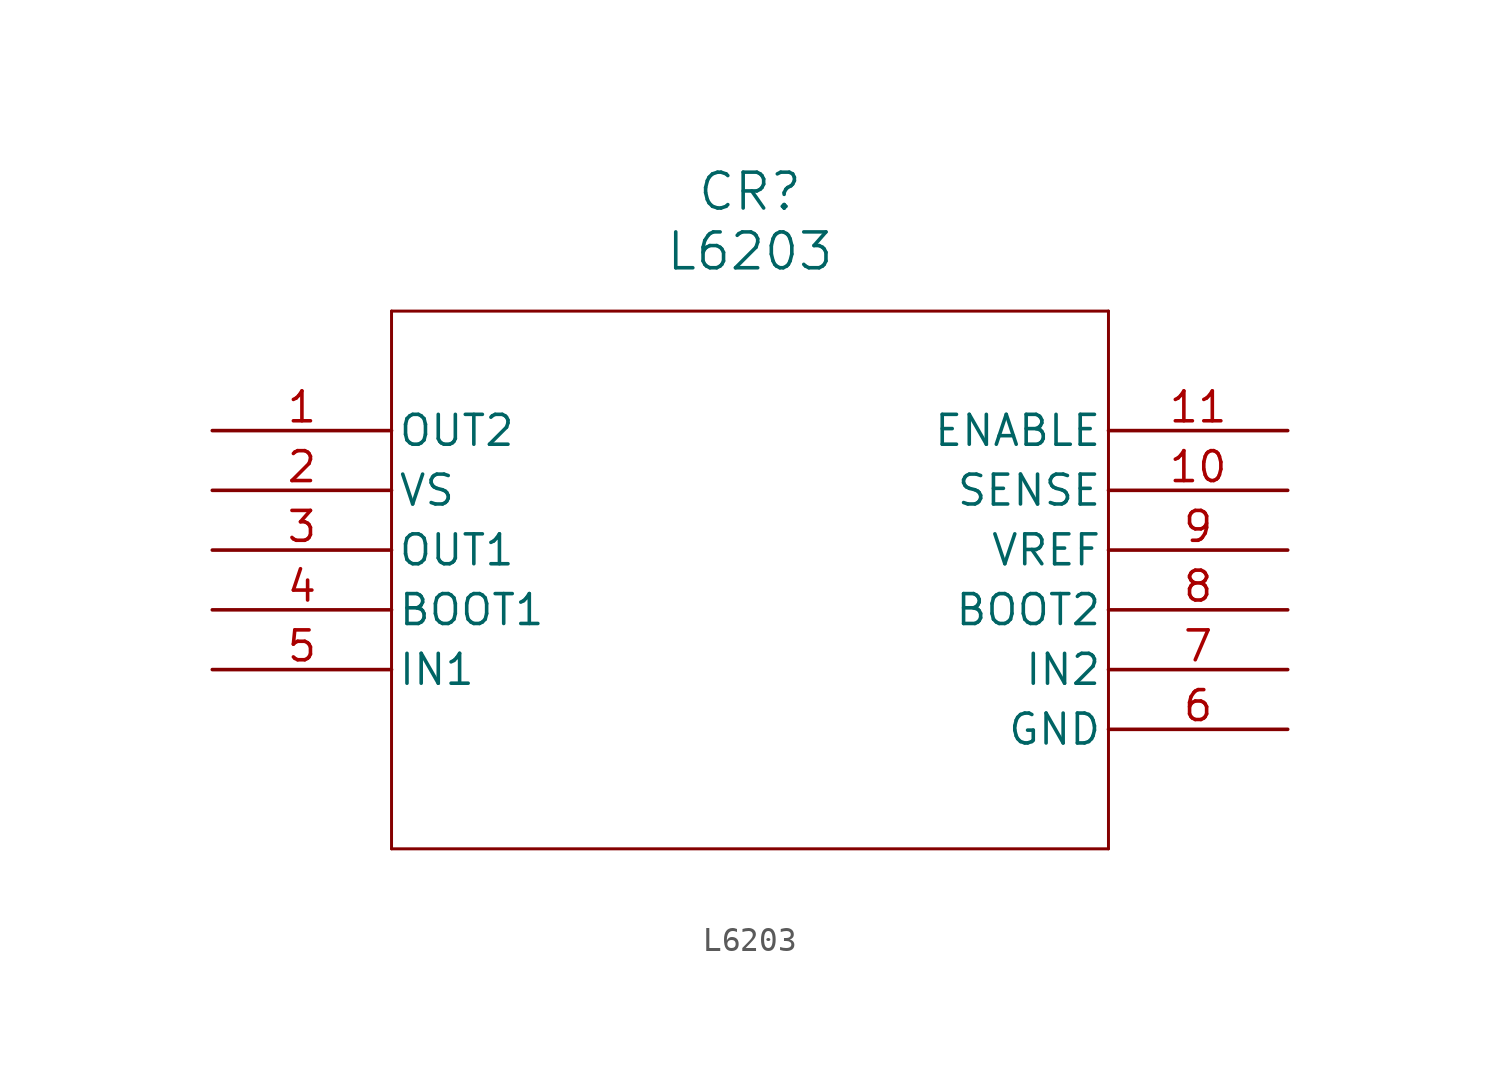
<source format=kicad_sym>
(kicad_symbol_lib
  (version 20211014)
  (generator kicad_symbol_editor)
  (symbol "L6203"
    (pin_names
      (offset 0.254))
    (property "Reference" "CR"
      (at 22.86 10.16 0)
      (effects (font (size 1.524 1.524))))
    (property "Value" "L6203"
      (at 22.86 7.62 0)
      (effects (font (size 1.524 1.524))))
    (symbol "L6203_0_1"
      (polyline (pts (xy 7.62 5.08) (xy 7.62 -17.78)) (stroke (width 0.127) (type default) (color 0 0 0 0)) (fill (type none)))
      (polyline (pts (xy 7.62 -17.78) (xy 38.1 -17.78)) (stroke (width 0.127) (type default) (color 0 0 0 0)) (fill (type none)))
      (polyline (pts (xy 38.1 -17.78) (xy 38.1 5.08)) (stroke (width 0.127) (type default) (color 0 0 0 0)) (fill (type none)))
      (polyline (pts (xy 38.1 5.08) (xy 7.62 5.08)) (stroke (width 0.127) (type default) (color 0 0 0 0)) (fill (type none)))
      (pin output line (at 0 0 0) (length 7.62) (name "OUT2" (effects (font (size 1.27 1.27)))) (number "1" (effects (font (size 1.27 1.27)))))
      (pin power_in line (at 0 -2.54 0) (length 7.62) (name "VS" (effects (font (size 1.27 1.27)))) (number "2" (effects (font (size 1.27 1.27)))))
      (pin output line (at 0 -5.08 0) (length 7.62) (name "OUT1" (effects (font (size 1.27 1.27)))) (number "3" (effects (font (size 1.27 1.27)))))
      (pin unspecified line (at 0 -7.62 0) (length 7.62) (name "BOOT1" (effects (font (size 1.27 1.27)))) (number "4" (effects (font (size 1.27 1.27)))))
      (pin input line (at 0 -10.16 0) (length 7.62) (name "IN1" (effects (font (size 1.27 1.27)))) (number "5" (effects (font (size 1.27 1.27)))))
      (pin power_out line (at 45.72 -12.7 180) (length 7.62) (name "GND" (effects (font (size 1.27 1.27)))) (number "6" (effects (font (size 1.27 1.27)))))
      (pin input line (at 45.72 -10.16 180) (length 7.62) (name "IN2" (effects (font (size 1.27 1.27)))) (number "7" (effects (font (size 1.27 1.27)))))
      (pin unspecified line (at 45.72 -7.62 180) (length 7.62) (name "BOOT2" (effects (font (size 1.27 1.27)))) (number "8" (effects (font (size 1.27 1.27)))))
      (pin power_in line (at 45.72 -5.08 180) (length 7.62) (name "VREF" (effects (font (size 1.27 1.27)))) (number "9" (effects (font (size 1.27 1.27)))))
      (pin input line (at 45.72 -2.54 180) (length 7.62) (name "SENSE" (effects (font (size 1.27 1.27)))) (number "10" (effects (font (size 1.27 1.27)))))
      (pin input line (at 45.72 0 180) (length 7.62) (name "ENABLE" (effects (font (size 1.27 1.27)))) (number "11" (effects (font (size 1.27 1.27))))))))
</source>
